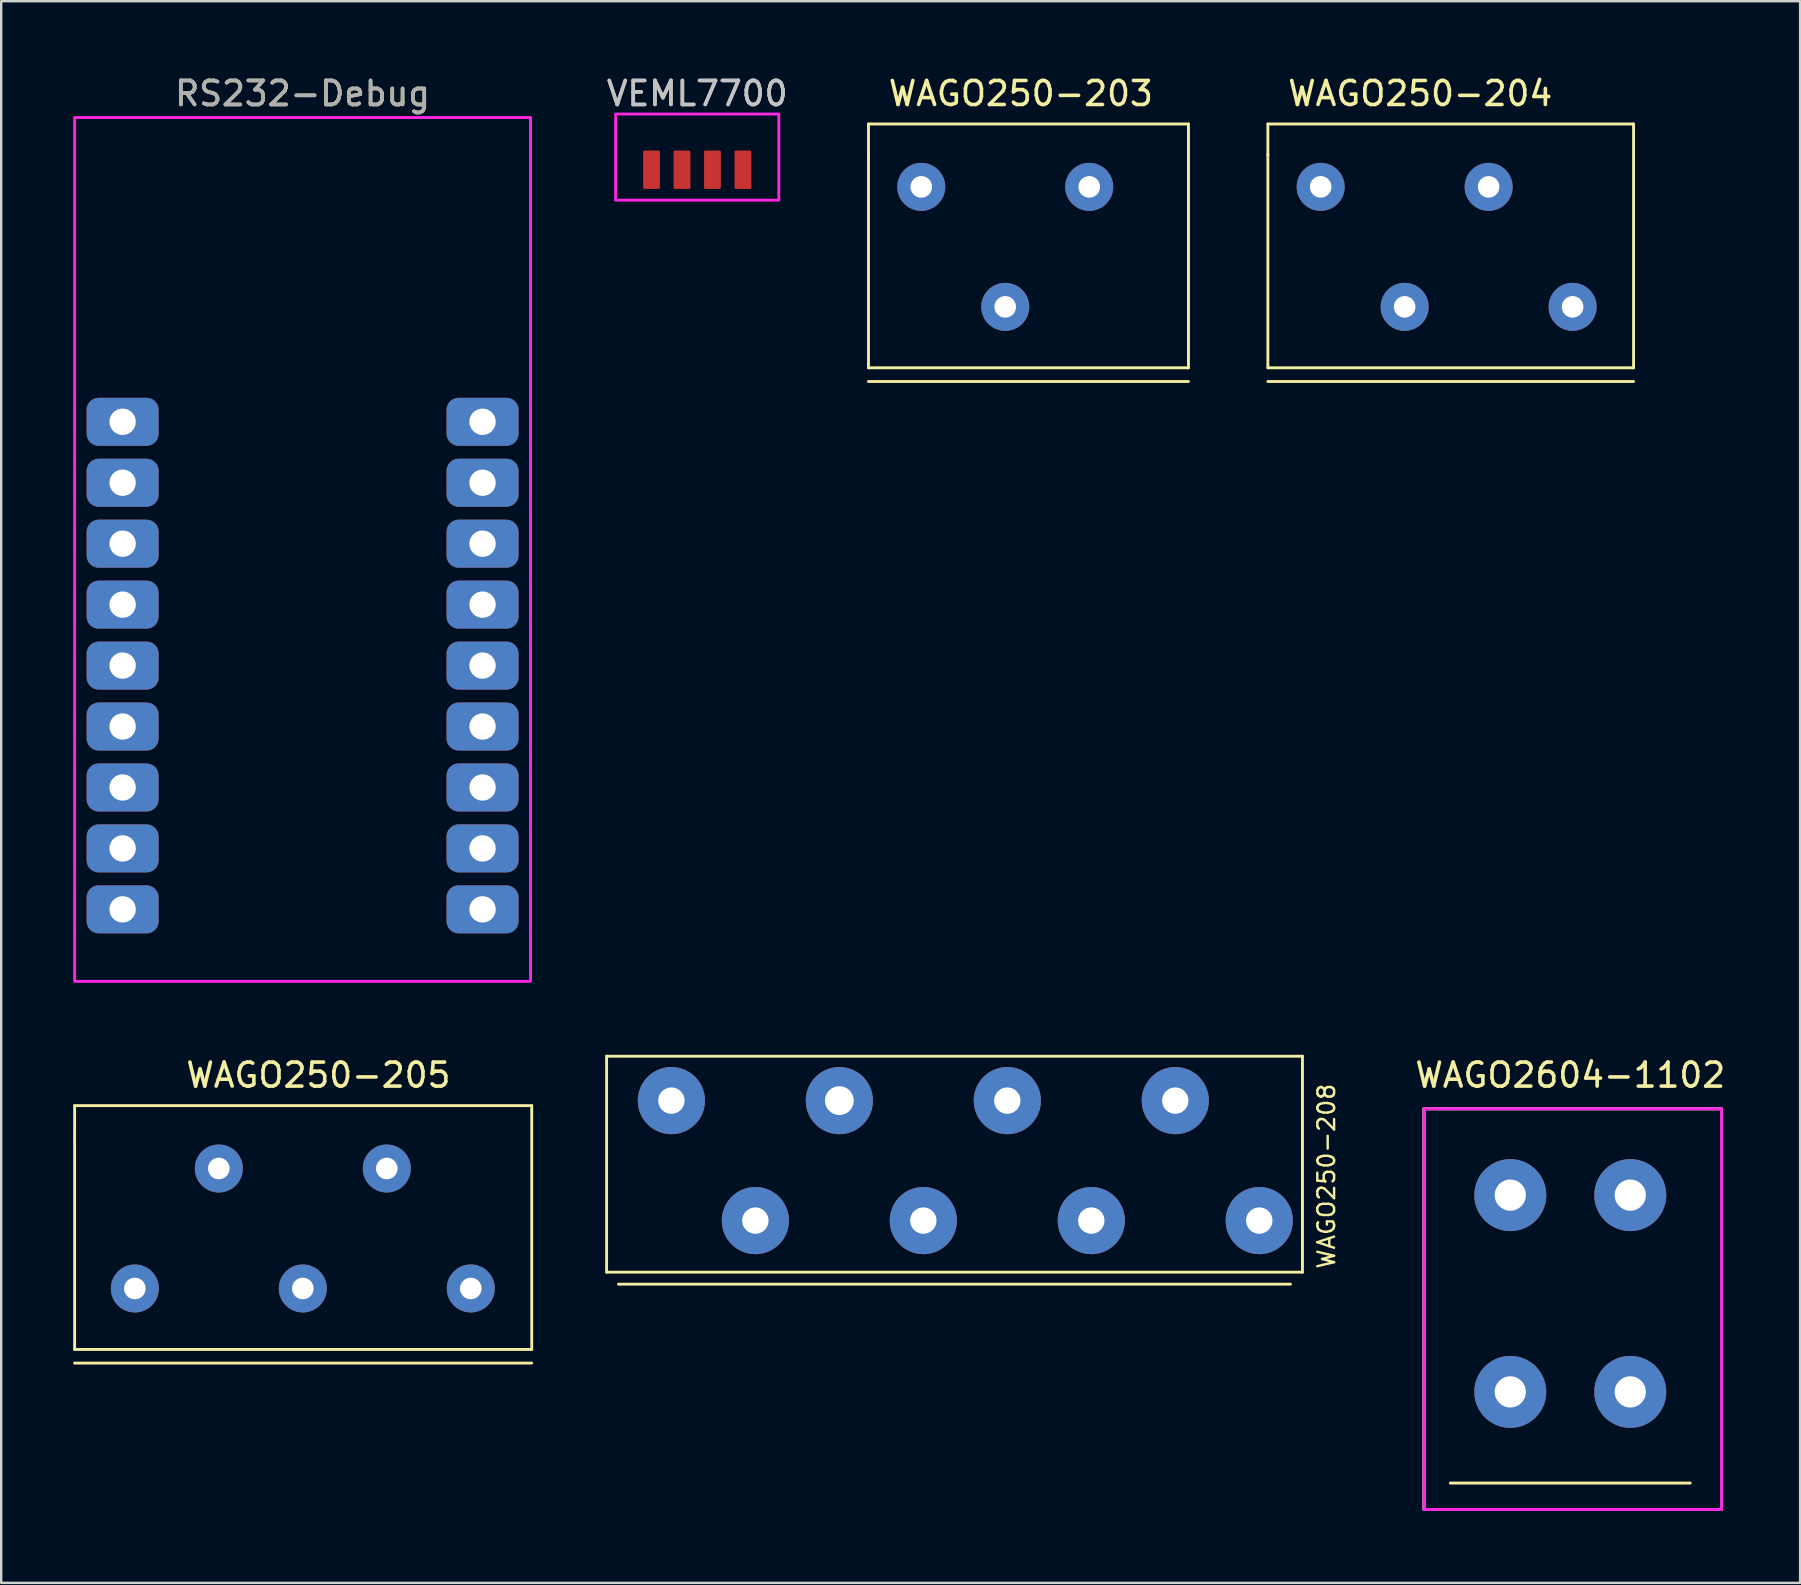
<source format=kicad_pcb>
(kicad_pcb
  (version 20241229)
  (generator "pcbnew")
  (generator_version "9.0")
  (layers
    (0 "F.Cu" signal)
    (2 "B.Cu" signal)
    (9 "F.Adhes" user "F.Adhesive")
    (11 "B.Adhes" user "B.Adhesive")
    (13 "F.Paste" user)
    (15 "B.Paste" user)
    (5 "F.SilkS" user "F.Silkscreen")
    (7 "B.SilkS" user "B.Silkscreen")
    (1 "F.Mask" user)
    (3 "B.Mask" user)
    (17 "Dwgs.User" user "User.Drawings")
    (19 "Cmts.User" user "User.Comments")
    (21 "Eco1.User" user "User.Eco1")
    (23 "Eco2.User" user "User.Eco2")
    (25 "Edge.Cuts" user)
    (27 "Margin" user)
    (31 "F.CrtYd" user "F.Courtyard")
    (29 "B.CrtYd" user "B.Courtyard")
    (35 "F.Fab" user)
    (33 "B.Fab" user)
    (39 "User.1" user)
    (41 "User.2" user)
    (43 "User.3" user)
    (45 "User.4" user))
  (footprint "WAGO2604-1102"
    (layer "F.Cu")
    (at 62.392 46.757)
    (property "Reference" "WAGO2604-1102" (at 0 -5 0) (layer "F.SilkS") (effects (font (size 1 1) (thickness 0.15))))
    (attr through_hole)
    (fp_line (start -5 12) (end 5 12) (stroke (width 0.12) (type solid)) (layer "F.SilkS"))
    (fp_rect (start 6.3 -3.6) (end -6.1 13.1) (stroke (width 0.12) (type solid)) (fill no) (layer "F.SilkS"))
    (fp_rect (start 6.3 -3.6) (end -6.1 13.1) (stroke (width 0.12) (type solid)) (fill no) (layer "F.CrtYd"))
    (fp_rect (start 6.3 -3.6) (end -6.1 13.1) (stroke (width 0.12) (type solid)) (fill no) (layer "F.Fab"))
    (pad "1" thru_hole circle (at -2.5 0) (size 3 3) (drill 1.3) (layers "*.Cu" "*.Mask"))
    (pad "1" thru_hole circle (at -2.5 8.2) (size 3 3) (drill 1.3) (layers "*.Cu" "*.Mask"))
    (pad "2" thru_hole circle (at 2.5 0) (size 3 3) (drill 1.3) (layers "*.Cu" "*.Mask"))
    (pad "2" thru_hole circle (at 2.5 8.2) (size 3 3) (drill 1.3) (layers "*.Cu" "*.Mask")))
  (footprint "WAGO250-204"
    (layer "F.Cu")
    (at 49.789 3.388)
    (property "Reference" "WAGO250-204" (at 6.35 -2.54 180) (layer "F.SilkS") (effects (font (size 1 1) (thickness 0.15))))
    (attr through_hole)
    (fp_line (start 0 -1.27) (end 0 0.035) (stroke (width 0.12) (type solid)) (layer "F.SilkS"))
    (fp_line (start 0 0) (end 0 8.89) (stroke (width 0.12) (type solid)) (layer "F.SilkS"))
    (fp_line (start 0 8.89) (end 15.24 8.89) (stroke (width 0.12) (type solid)) (layer "F.SilkS"))
    (fp_line (start 0 9.461) (end 15.24 9.461) (stroke (width 0.12) (type solid)) (layer "F.SilkS"))
    (fp_line (start 15.24 -1.27) (end 0 -1.27) (stroke (width 0.12) (type solid)) (layer "F.SilkS"))
    (fp_line (start 15.24 8.89) (end 15.24 -1.27) (stroke (width 0.12) (type solid)) (layer "F.SilkS"))
    (pad "1" thru_hole circle (at 12.7 6.35 270) (size 2 2) (drill 0.9) (layers "*.Cu" "*.Mask"))
    (pad "2" thru_hole circle (at 9.2 1.35 270) (size 2 2) (drill 0.9) (layers "*.Cu" "*.Mask"))
    (pad "3" thru_hole circle (at 5.7 6.35 270) (size 2 2) (drill 0.9) (layers "*.Cu" "*.Mask"))
    (pad "4" thru_hole circle (at 2.2 1.35 270) (size 2 2) (drill 0.9) (layers "*.Cu" "*.Mask")))
  (footprint "VEML7700"
    (layer "F.Cu")
    (at 26.007 2.753)
    (property "Reference" "VEML7700" (at 0 -1.905 0) (unlocked yes) (layer "Dwgs.User") (effects (font (size 1 1) (thickness 0.15))))
    (attr smd)
    (fp_rect (start 3.4 2.54) (end -3.4 -1.05) (stroke (width 0.12) (type solid)) (fill no) (layer "F.CrtYd"))
    (fp_text user "${REFERENCE}" (at 0 -1.905 0) (unlocked yes) (layer "F.Fab") (effects (font (size 1 1) (thickness 0.15))))
    (pad "1" smd roundrect (at -1.905 1.27) (size 0.7 1.6) (layers "F.Cu" "F.Mask" "F.Paste") (roundrect_rratio 0.071))
    (pad "2" smd roundrect (at -0.635 1.27) (size 0.7 1.6) (layers "F.Cu" "F.Mask" "F.Paste") (roundrect_rratio 0.071))
    (pad "3" smd roundrect (at 0.635 1.27) (size 0.7 1.6) (layers "F.Cu" "F.Mask" "F.Paste") (roundrect_rratio 0.071))
    (pad "4" smd roundrect (at 1.905 1.27) (size 0.7 1.6) (layers "F.Cu" "F.Mask" "F.Paste") (roundrect_rratio 0.071)))
  (footprint "WAGO250-208"
    (layer "F.Cu")
    (at 36.73 41.468)
    (property "Reference" "WAGO250-208" (at 15.5 4.5 90) (layer "F.SilkS") (effects (font (size 0.7 0.7) (thickness 0.1))))
    (attr through_hole)
    (fp_line (start -14.5 -0.5) (end 14.5 -0.5) (stroke (width 0.12) (type solid)) (layer "F.SilkS"))
    (fp_line (start -14.5 8.5) (end -14.5 -0.5) (stroke (width 0.12) (type solid)) (layer "F.SilkS"))
    (fp_line (start -14.004 9) (end 14 9) (stroke (width 0.12) (type solid)) (layer "F.SilkS"))
    (fp_line (start 14.5 -0.5) (end 14.5 8.5) (stroke (width 0.12) (type solid)) (layer "F.SilkS"))
    (fp_line (start 14.5 8.5) (end -14.5 8.5) (stroke (width 0.12) (type solid)) (layer "F.SilkS"))
    (pad "1" thru_hole circle (at 12.7 6.35 270) (size 2.8 2.8) (drill 1.1) (layers "*.Cu" "*.Mask"))
    (pad "2" thru_hole circle (at 9.2 1.35 270) (size 2.8 2.8) (drill 1.1) (layers "*.Cu" "*.Mask"))
    (pad "3" thru_hole circle (at 5.7 6.35 270) (size 2.8 2.8) (drill 1.1) (layers "*.Cu" "*.Mask"))
    (pad "4" thru_hole circle (at 2.2 1.35 270) (size 2.8 2.8) (drill 1.1) (layers "*.Cu" "*.Mask"))
    (pad "5" thru_hole circle (at -1.3 6.35 270) (size 2.8 2.8) (drill 1.1) (layers "*.Cu" "*.Mask"))
    (pad "6" thru_hole circle (at -4.8 1.35 270) (size 2.8 2.8) (drill 1.2) (layers "*.Cu" "*.Mask"))
    (pad "7" thru_hole circle (at -8.3 6.35 270) (size 2.8 2.8) (drill 1.1) (layers "*.Cu" "*.Mask"))
    (pad "8" thru_hole circle (at -11.8 1.35 270) (size 2.8 2.8) (drill 1.1) (layers "*.Cu" "*.Mask")))
  (footprint "WAGO250-205"
    (layer "F.Cu")
    (at 3.87 44.297)
    (property "Reference" "WAGO250-205" (at 6.35 -2.54 180) (layer "F.SilkS") (effects (font (size 1 1) (thickness 0.15))))
    (attr through_hole)
    (fp_line (start -3.81 -1.27) (end -3.81 0) (stroke (width 0.12) (type solid)) (layer "F.SilkS"))
    (fp_line (start -3.81 0) (end -3.81 8.89) (stroke (width 0.12) (type solid)) (layer "F.SilkS"))
    (fp_line (start -3.81 8.89) (end 15.24 8.89) (stroke (width 0.12) (type solid)) (layer "F.SilkS"))
    (fp_line (start -3.81 9.461) (end 15.24 9.461) (stroke (width 0.12) (type solid)) (layer "F.SilkS"))
    (fp_line (start 15.24 -1.27) (end -3.81 -1.27) (stroke (width 0.12) (type solid)) (layer "F.SilkS"))
    (fp_line (start 15.24 8.89) (end 15.24 -1.27) (stroke (width 0.12) (type solid)) (layer "F.SilkS"))
    (pad "1" thru_hole circle (at 12.7 6.35 270) (size 2 2) (drill 0.9) (layers "*.Cu" "*.Mask"))
    (pad "2" thru_hole circle (at 9.2 1.35 270) (size 2 2) (drill 0.9) (layers "*.Cu" "*.Mask"))
    (pad "3" thru_hole circle (at 5.7 6.35 270) (size 2 2) (drill 0.9) (layers "*.Cu" "*.Mask"))
    (pad "4" thru_hole circle (at 2.2 1.35 270) (size 2 2) (drill 0.9) (layers "*.Cu" "*.Mask"))
    (pad "5" thru_hole circle (at -1.3 6.35 270) (size 2 2) (drill 0.9) (layers "*.Cu" "*.Mask")))
  (footprint "RS232-Debug"
    (layer "F.Cu")
    (at 9.56 24.848)
    (property "Reference" "RS232-Debug" (at 0 -24 0) (unlocked yes) (layer "F.SilkS") (effects (font (size 1 1) (thickness 0.15))))
    (attr smd)
    (fp_rect (start -9.5 -23) (end 9.5 13) (stroke (width 0.12) (type solid)) (fill no) (layer "F.CrtYd"))
    (fp_text user "${REFERENCE}" (at 0 -24 0) (unlocked yes) (layer "F.Fab") (effects (font (size 1 1) (thickness 0.15))))
    (pad "1" thru_hole roundrect (at -7.5 -10.32) (size 3 2) (drill 1.1) (layers "*.Cu" "*.Mask") (roundrect_rratio 0.25))
    (pad "2" thru_hole roundrect (at -7.5 -7.78) (size 3 2) (drill 1.1) (layers "*.Cu" "*.Mask") (roundrect_rratio 0.25))
    (pad "3" thru_hole roundrect (at -7.5 -5.24) (size 3 2) (drill 1.1) (layers "*.Cu" "*.Mask") (roundrect_rratio 0.25))
    (pad "4" thru_hole roundrect (at -7.5 -2.7) (size 3 2) (drill 1.1) (layers "*.Cu" "*.Mask") (roundrect_rratio 0.25))
    (pad "5" thru_hole roundrect (at -7.5 -0.16) (size 3 2) (drill 1.1) (layers "*.Cu" "*.Mask") (roundrect_rratio 0.25))
    (pad "6" thru_hole roundrect (at -7.5 2.38) (size 3 2) (drill 1.1) (layers "*.Cu" "*.Mask") (roundrect_rratio 0.25))
    (pad "7" thru_hole roundrect (at -7.5 4.92) (size 3 2) (drill 1.1) (layers "*.Cu" "*.Mask") (roundrect_rratio 0.25))
    (pad "8" thru_hole roundrect (at -7.5 7.46) (size 3 2) (drill 1.1) (layers "*.Cu" "*.Mask") (roundrect_rratio 0.25))
    (pad "9" thru_hole roundrect (at -7.5 10) (size 3 2) (drill 1.1) (layers "*.Cu" "*.Mask") (roundrect_rratio 0.25))
    (pad "10" thru_hole roundrect (at 7.5 10) (size 3 2) (drill 1.1) (layers "*.Cu" "*.Mask") (roundrect_rratio 0.25))
    (pad "11" thru_hole roundrect (at 7.5 7.46) (size 3 2) (drill 1.1) (layers "*.Cu" "*.Mask") (roundrect_rratio 0.25))
    (pad "12" thru_hole roundrect (at 7.5 4.92) (size 3 2) (drill 1.1) (layers "*.Cu" "*.Mask") (roundrect_rratio 0.25))
    (pad "13" thru_hole roundrect (at 7.5 2.38) (size 3 2) (drill 1.1) (layers "*.Cu" "*.Mask") (roundrect_rratio 0.25))
    (pad "14" thru_hole roundrect (at 7.5 -0.16) (size 3 2) (drill 1.1) (layers "*.Cu" "*.Mask") (roundrect_rratio 0.25))
    (pad "15" thru_hole roundrect (at 7.5 -2.7) (size 3 2) (drill 1.1) (layers "*.Cu" "*.Mask") (roundrect_rratio 0.25))
    (pad "16" thru_hole roundrect (at 7.5 -5.24) (size 3 2) (drill 1.1) (layers "*.Cu" "*.Mask") (roundrect_rratio 0.25))
    (pad "17" thru_hole roundrect (at 7.5 -7.78) (size 3 2) (drill 1.1) (layers "*.Cu" "*.Mask") (roundrect_rratio 0.25))
    (pad "18" thru_hole roundrect (at 7.5 -10.32) (size 3 2) (drill 1.1) (layers "*.Cu" "*.Mask") (roundrect_rratio 0.25)))
  (footprint "WAGO250-203"
    (layer "F.Cu")
    (at 33.144 3.388)
    (property "Reference" "WAGO250-203" (at 6.35 -2.54 180) (layer "F.SilkS") (effects (font (size 1 1) (thickness 0.15))))
    (attr through_hole)
    (fp_line (start 0 -1.27) (end 0 0.035) (stroke (width 0.12) (type solid)) (layer "F.SilkS"))
    (fp_line (start 0 0) (end 0 8.89) (stroke (width 0.12) (type solid)) (layer "F.SilkS"))
    (fp_line (start 0 8.89) (end 13.335 8.89) (stroke (width 0.12) (type solid)) (layer "F.SilkS"))
    (fp_line (start 0 9.461) (end 13.335 9.461) (stroke (width 0.12) (type solid)) (layer "F.SilkS"))
    (fp_line (start 13.335 -1.27) (end 0 -1.27) (stroke (width 0.12) (type solid)) (layer "F.SilkS"))
    (fp_line (start 13.335 8.89) (end 13.335 -1.27) (stroke (width 0.12) (type solid)) (layer "F.SilkS"))
    (pad "1" thru_hole circle (at 2.2 1.35 270) (size 2 2) (drill 0.9) (layers "*.Cu" "*.Mask"))
    (pad "2" thru_hole circle (at 5.7 6.35 270) (size 2 2) (drill 0.9) (layers "*.Cu" "*.Mask"))
    (pad "3" thru_hole circle (at 9.2 1.35 270) (size 2 2) (drill 0.9) (layers "*.Cu" "*.Mask")))
  (gr_rect
    (start -3 -3)
    (end 71.97 62.916)
    (stroke (width 0.1) (type default))
    (fill no)
    (layer "Edge.Cuts")))
</source>
